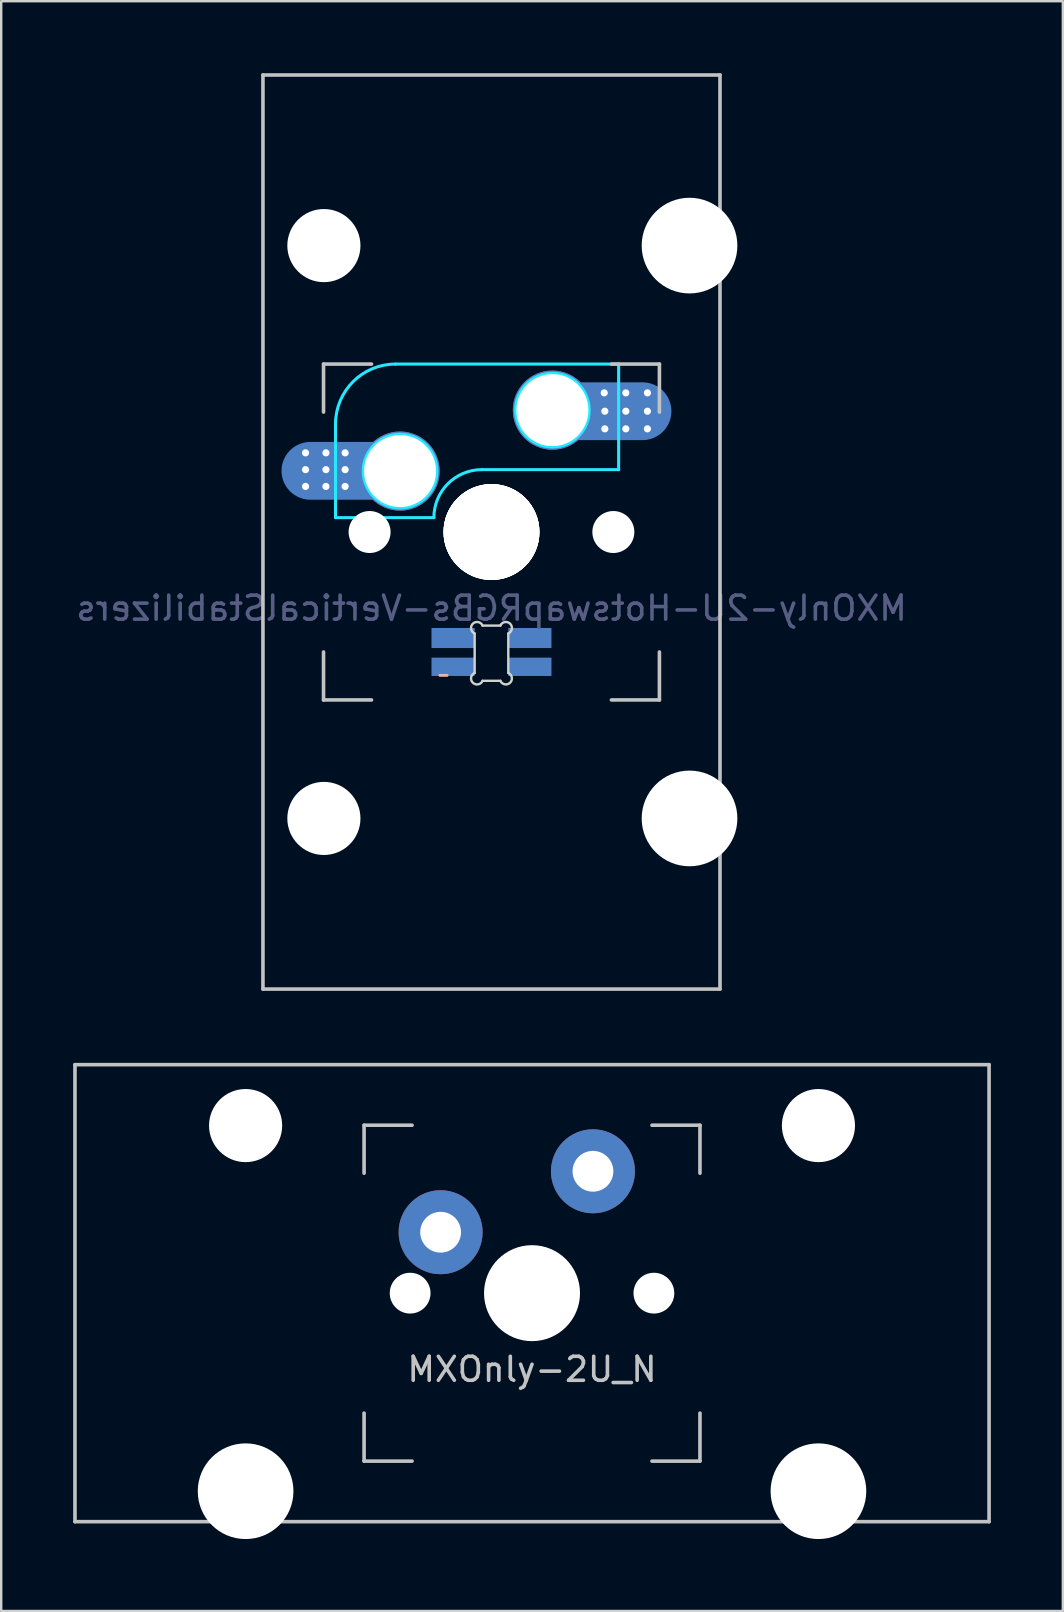
<source format=kicad_pcb>
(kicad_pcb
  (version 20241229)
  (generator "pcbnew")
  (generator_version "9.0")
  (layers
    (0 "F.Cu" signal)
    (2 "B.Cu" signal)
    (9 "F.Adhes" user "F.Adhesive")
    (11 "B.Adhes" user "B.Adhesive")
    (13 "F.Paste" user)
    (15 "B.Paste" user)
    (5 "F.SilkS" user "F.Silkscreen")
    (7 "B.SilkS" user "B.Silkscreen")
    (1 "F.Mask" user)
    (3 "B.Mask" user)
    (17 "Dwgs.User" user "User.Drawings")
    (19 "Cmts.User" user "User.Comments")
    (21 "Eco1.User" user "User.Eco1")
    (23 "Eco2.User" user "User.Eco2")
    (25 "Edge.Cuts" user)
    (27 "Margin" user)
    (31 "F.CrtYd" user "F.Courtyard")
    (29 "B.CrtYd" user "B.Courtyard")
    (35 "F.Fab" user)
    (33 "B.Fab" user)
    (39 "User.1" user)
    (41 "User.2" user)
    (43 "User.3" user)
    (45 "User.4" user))
  (footprint "MXOnly-2U_N"
    (layer "F.Cu")
    (at 19.125 50.85)
    (property "Reference" "MXOnly-2U_N" (at 0 3.175 0) (layer "Dwgs.User") (effects (font (size 1 1) (thickness 0.15))))
    (attr through_hole)
    (fp_line (start -19.05 -9.525) (end 19.05 -9.525) (stroke (width 0.15) (type solid)) (layer "Dwgs.User"))
    (fp_line (start -19.05 9.525) (end -19.05 -9.525) (stroke (width 0.15) (type solid)) (layer "Dwgs.User"))
    (fp_line (start -19.05 9.525) (end 19.05 9.525) (stroke (width 0.15) (type solid)) (layer "Dwgs.User"))
    (fp_line (start -7 -7) (end -7 -5) (stroke (width 0.15) (type solid)) (layer "Dwgs.User"))
    (fp_line (start -7 5) (end -7 7) (stroke (width 0.15) (type solid)) (layer "Dwgs.User"))
    (fp_line (start -7 7) (end -5 7) (stroke (width 0.15) (type solid)) (layer "Dwgs.User"))
    (fp_line (start -5 -7) (end -7 -7) (stroke (width 0.15) (type solid)) (layer "Dwgs.User"))
    (fp_line (start 5 -7) (end 7 -7) (stroke (width 0.15) (type solid)) (layer "Dwgs.User"))
    (fp_line (start 5 7) (end 7 7) (stroke (width 0.15) (type solid)) (layer "Dwgs.User"))
    (fp_line (start 7 -7) (end 7 -5) (stroke (width 0.15) (type solid)) (layer "Dwgs.User"))
    (fp_line (start 7 5) (end 7 7) (stroke (width 0.15) (type solid)) (layer "Dwgs.User"))
    (fp_line (start 19.05 -9.525) (end 19.05 9.525) (stroke (width 0.15) (type solid)) (layer "Dwgs.User"))
    (pad "" np_thru_hole circle (at -11.938 -6.985) (size 3.048 3.048) (drill 3.048) (layers "*.Cu" "*.Mask"))
    (pad "" np_thru_hole circle (at -11.938 8.255) (size 3.988 3.988) (drill 3.988) (layers "*.Cu" "*.Mask"))
    (pad "" np_thru_hole circle (at -5.08 0 48.099) (size 1.7 1.7) (drill 1.7) (layers "*.Cu" "*.Mask"))
    (pad "" smd circle (at -3.81 -2.55) (size 2.5 2.5) (layers "B.Mask"))
    (pad "" np_thru_hole circle (at 0 0) (size 4 4) (drill 4) (layers "*.Cu" "*.Mask"))
    (pad "" smd circle (at 2.54 -5.08) (size 2.5 2.5) (layers "B.Mask"))
    (pad "" np_thru_hole circle (at 5.08 0 48.099) (size 1.7 1.7) (drill 1.7) (layers "*.Cu" "*.Mask"))
    (pad "" np_thru_hole circle (at 11.938 -6.985) (size 3.048 3.048) (drill 3.048) (layers "*.Cu" "*.Mask"))
    (pad "" np_thru_hole circle (at 11.938 8.255) (size 3.988 3.988) (drill 3.988) (layers "*.Cu" "*.Mask"))
    (pad "1" thru_hole circle (at -3.81 -2.54) (size 3.5 3.5) (drill 1.7) (layers "*.Cu"))
    (pad "2" thru_hole circle (at 2.54 -5.08) (size 3.5 3.5) (drill 1.7) (layers "*.Cu")))
  (footprint "MXOnly-2U-HotswapRGBs-VerticalStabilizers"
    (layer "F.Cu")
    (at 17.435 19.125)
    (property "Reference" "MXOnly-2U-HotswapRGBs-VerticalStabilizers" (at 0 3.175 0) (layer "B.Fab") (effects (font (size 1 1) (thickness 0.15)) (justify mirror)))
    (attr through_hole)
    (fp_line (start -2.15 5.975) (end -1.85 5.975) (stroke (width 0.12) (type solid)) (layer "B.SilkS"))
    (fp_line (start -9.525 -19.05) (end 9.525 -19.05) (stroke (width 0.15) (type solid)) (layer "Dwgs.User"))
    (fp_line (start -9.525 19.05) (end -9.525 -19.05) (stroke (width 0.15) (type solid)) (layer "Dwgs.User"))
    (fp_line (start -7 -7) (end -7 -5) (stroke (width 0.15) (type solid)) (layer "Dwgs.User"))
    (fp_line (start -7 5) (end -7 7) (stroke (width 0.15) (type solid)) (layer "Dwgs.User"))
    (fp_line (start -7 7) (end -5 7) (stroke (width 0.15) (type solid)) (layer "Dwgs.User"))
    (fp_line (start -5 -7) (end -7 -7) (stroke (width 0.15) (type solid)) (layer "Dwgs.User"))
    (fp_line (start 5 -7) (end 7 -7) (stroke (width 0.15) (type solid)) (layer "Dwgs.User"))
    (fp_line (start 5 7) (end 7 7) (stroke (width 0.15) (type solid)) (layer "Dwgs.User"))
    (fp_line (start 7 -5) (end 7 -7) (stroke (width 0.15) (type solid)) (layer "Dwgs.User"))
    (fp_line (start 7 7) (end 7 5) (stroke (width 0.15) (type solid)) (layer "Dwgs.User"))
    (fp_line (start 9.525 19.05) (end -9.525 19.05) (stroke (width 0.15) (type solid)) (layer "Dwgs.User"))
    (fp_line (start 9.525 19.05) (end 9.525 -19.05) (stroke (width 0.15) (type solid)) (layer "Dwgs.User"))
    (fp_line (start -0.701 5.873) (end -0.701 4.229) (stroke (width 0.1) (type solid)) (layer "Edge.Cuts"))
    (fp_line (start -0.372 3.9) (end 0.372 3.9) (stroke (width 0.1) (type solid)) (layer "Edge.Cuts"))
    (fp_line (start 0.372 6.202) (end -0.372 6.202) (stroke (width 0.1) (type solid)) (layer "Edge.Cuts"))
    (fp_line (start 0.701 4.229) (end 0.701 5.873) (stroke (width 0.1) (type solid)) (layer "Edge.Cuts"))
    (fp_arc (start -0.701007 4.229129) (mid -0.777791 3.823216) (end -0.371878 3.9) (stroke (width 0.1) (type solid)) (layer "Edge.Cuts"))
    (fp_arc (start -0.371878 6.202013) (mid -0.777748 6.278754) (end -0.701007 5.872884) (stroke (width 0.1) (type solid)) (layer "Edge.Cuts"))
    (fp_arc (start 0.371877 3.9) (mid 0.777804 3.823208) (end 0.701006 4.229129) (stroke (width 0.1) (type solid)) (layer "Edge.Cuts"))
    (fp_arc (start 0.701006 5.872884) (mid 0.777758 6.278765) (end 0.371877 6.202013) (stroke (width 0.1) (type solid)) (layer "Edge.Cuts"))
    (fp_line (start -6.5 -4.5) (end -6.5 -0.6) (stroke (width 0.127) (type solid)) (layer "B.CrtYd"))
    (fp_line (start -6.5 -0.6) (end -2.4 -0.6) (stroke (width 0.127) (type solid)) (layer "B.CrtYd"))
    (fp_line (start -0.4 -2.6) (end 5.3 -2.6) (stroke (width 0.127) (type solid)) (layer "B.CrtYd"))
    (fp_line (start 5.3 -7) (end -4 -7) (stroke (width 0.127) (type solid)) (layer "B.CrtYd"))
    (fp_line (start 5.3 -7) (end 5.3 -2.6) (stroke (width 0.127) (type solid)) (layer "B.CrtYd"))
    (fp_arc (start -6.5 -4.5) (mid -5.767767 -6.267767) (end -4 -7) (stroke (width 0.127) (type solid)) (layer "B.CrtYd"))
    (fp_arc (start -2.4 -0.6) (mid -1.814214 -2.014214) (end -0.4 -2.6) (stroke (width 0.127) (type solid)) (layer "B.CrtYd"))
    (fp_circle (center -3.81 -2.54) (end -2.286 -2.54) (stroke (width 0.15) (type solid)) (fill no) (layer "B.CrtYd"))
    (fp_circle (center 2.54 -5.08) (end 2.54 -6.604) (stroke (width 0.15) (type solid)) (fill no) (layer "B.CrtYd"))
    (pad "" np_thru_hole circle (at -6.985 -11.938 180) (size 3.048 3.048) (drill 3.048) (layers "*.Cu" "*.Mask"))
    (pad "" np_thru_hole circle (at -6.985 11.938 90) (size 3.048 3.048) (drill 3.048) (layers "*.Cu" "*.Mask"))
    (pad "" np_thru_hole circle (at -5.08 0 48.1) (size 1.75 1.75) (drill 1.75) (layers "*.Cu" "*.Mask"))
    (pad "" np_thru_hole circle (at 0 0) (size 3.988 3.988) (drill 3.988) (layers "*.Cu" "*.Mask"))
    (pad "" np_thru_hole circle (at 0 0) (size 3.988 3.988) (drill 3.988) (layers "*.Cu" "*.Mask"))
    (pad "" np_thru_hole circle (at 0 0) (size 4 4) (drill 4) (layers "*.Cu" "*.Mask"))
    (pad "" np_thru_hole circle (at 0 0) (size 4 4) (drill 4) (layers "*.Cu" "*.Mask"))
    (pad "" np_thru_hole circle (at 5.08 0 48.1) (size 1.75 1.75) (drill 1.75) (layers "*.Cu" "*.Mask"))
    (pad "" np_thru_hole circle (at 8.255 -11.938 90) (size 3.988 3.988) (drill 3.988) (layers "*.Cu" "*.Mask"))
    (pad "" np_thru_hole circle (at 8.255 11.938 90) (size 3.988 3.988) (drill 3.988) (layers "*.Cu" "*.Mask"))
    (pad "1" thru_hole circle (at 2.54 -5.08) (size 3.3 3.3) (drill 3) (layers "*.Cu" "B.Mask"))
    (pad "1" thru_hole circle (at 4.7 -5.8) (size 0.4 0.4) (drill 0.3) (layers "*.Cu" "B.Mask"))
    (pad "1" thru_hole circle (at 4.725 -5.035) (size 0.4 0.4) (drill 0.3) (layers "*.Cu" "B.Mask"))
    (pad "1" thru_hole circle (at 4.725 -4.3) (size 0.4 0.4) (drill 0.3) (layers "*.Cu" "B.Mask"))
    (pad "1" smd oval (at 4.75 -5.035) (size 5.5 2.41) (layers "B.Cu" "B.Mask" "B.Paste"))
    (pad "1" thru_hole circle (at 5.6 -5.8) (size 0.4 0.4) (drill 0.3) (layers "*.Cu" "B.Mask"))
    (pad "1" thru_hole circle (at 5.6 -5.035) (size 0.4 0.4) (drill 0.3) (layers "*.Cu" "B.Mask"))
    (pad "1" thru_hole circle (at 5.6 -4.3) (size 0.4 0.4) (drill 0.3) (layers "*.Cu" "B.Mask"))
    (pad "1" thru_hole circle (at 6.5 -5.8) (size 0.4 0.4) (drill 0.3) (layers "*.Cu" "B.Mask"))
    (pad "1" thru_hole circle (at 6.5 -5.035) (size 0.4 0.4) (drill 0.3) (layers "*.Cu" "B.Mask"))
    (pad "1" thru_hole circle (at 6.5 -4.3) (size 0.4 0.4) (drill 0.3) (layers "*.Cu" "B.Mask"))
    (pad "2" thru_hole circle (at -7.75 -3.3) (size 0.4 0.4) (drill 0.3) (layers "*.Cu" "B.Mask"))
    (pad "2" thru_hole circle (at -7.75 -2.6) (size 0.4 0.4) (drill 0.3) (layers "*.Cu" "B.Mask"))
    (pad "2" thru_hole circle (at -7.75 -1.9) (size 0.4 0.4) (drill 0.3) (layers "*.Cu" "B.Mask"))
    (pad "2" thru_hole circle (at -6.9 -3.3) (size 0.4 0.4) (drill 0.3) (layers "*.Cu" "B.Mask"))
    (pad "2" thru_hole circle (at -6.9 -2.6) (size 0.4 0.4) (drill 0.3) (layers "*.Cu" "B.Mask"))
    (pad "2" thru_hole circle (at -6.9 -1.9) (size 0.4 0.4) (drill 0.3) (layers "*.Cu" "B.Mask"))
    (pad "2" thru_hole circle (at -6.1 -3.3) (size 0.4 0.4) (drill 0.3) (layers "*.Cu" "B.Mask"))
    (pad "2" thru_hole circle (at -6.1 -2.6) (size 0.4 0.4) (drill 0.3) (layers "*.Cu" "B.Mask"))
    (pad "2" thru_hole circle (at -6.1 -1.9) (size 0.4 0.4) (drill 0.3) (layers "*.Cu" "B.Mask"))
    (pad "2" smd oval (at -6 -2.55) (size 5.5 2.41) (layers "B.Cu" "B.Mask" "B.Paste"))
    (pad "2" thru_hole circle (at -3.81 -2.54) (size 3.3 3.3) (drill 3) (layers "*.Cu" "B.Mask"))
    (pad "3" smd rect (at 1.6 4.418) (size 1.8 0.836) (layers "B.Cu" "B.Mask" "B.Paste"))
    (pad "4" smd rect (at -1.6 4.418) (size 1.8 0.836) (layers "B.Cu" "B.Mask" "B.Paste"))
    (pad "5" smd rect (at 1.6 5.618) (size 1.8 0.764) (layers "B.Cu" "B.Mask" "B.Paste"))
    (pad "6" smd rect (at -1.6 5.618) (size 1.8 0.764) (layers "B.Cu" "B.Mask" "B.Paste")))
  (gr_rect
    (start -3 -3)
    (end 41.25 64.099)
    (stroke (width 0.1) (type default))
    (fill no)
    (layer "Edge.Cuts")))
</source>
